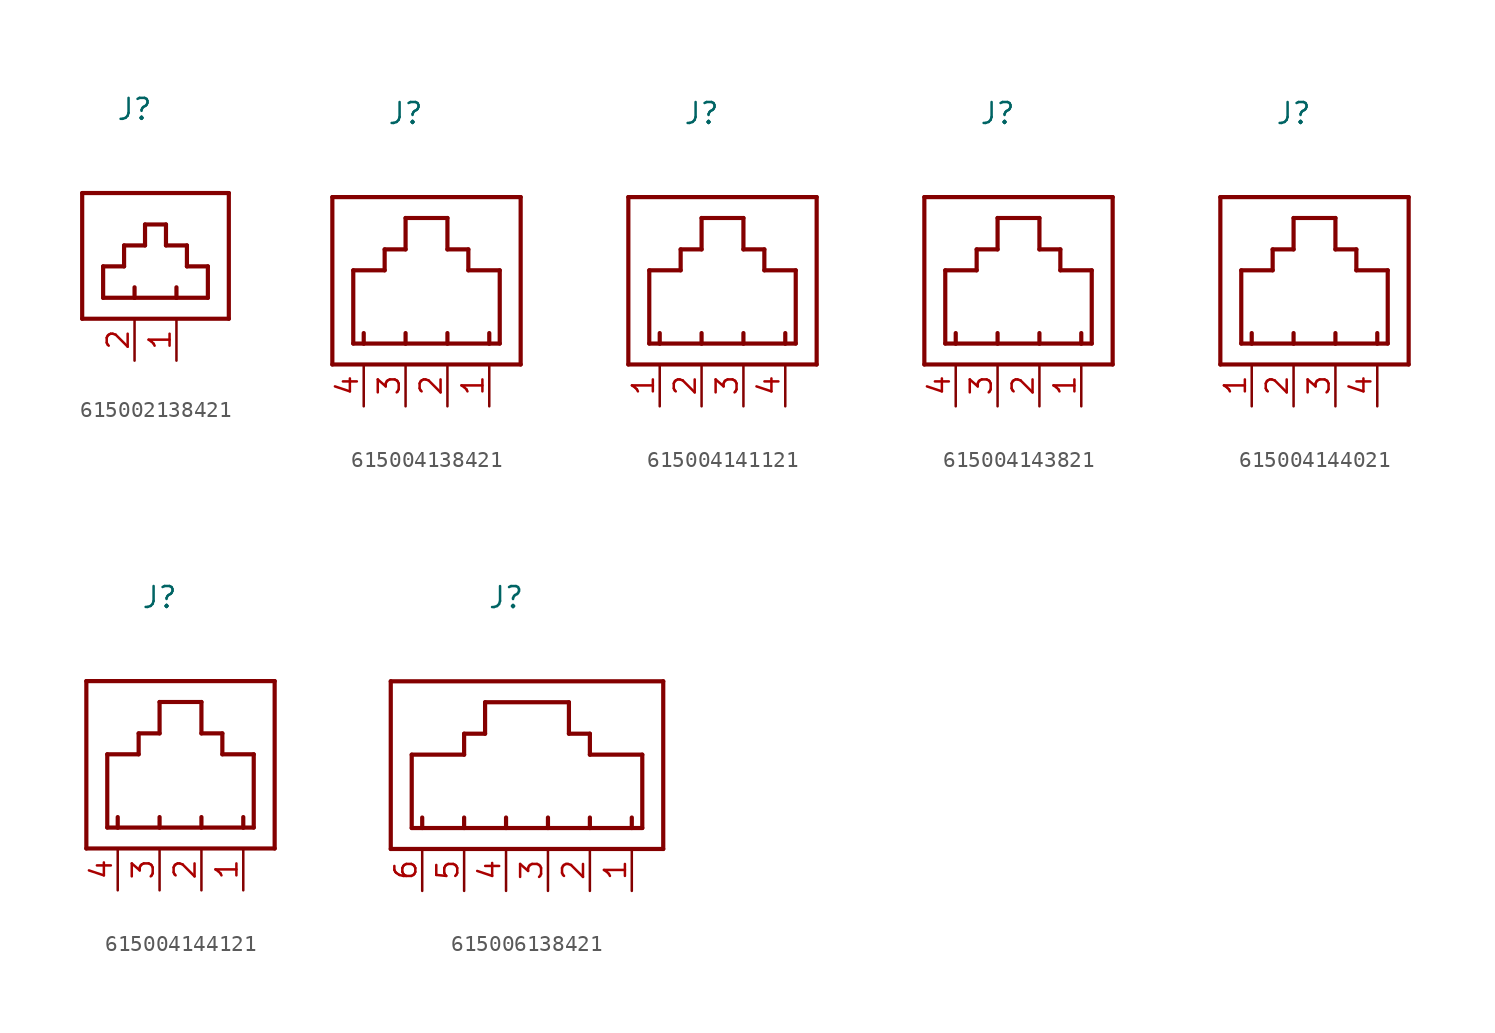
<source format=kicad_sym>
(kicad_symbol_lib
  (version 20241209)
  (generator "kicad_symbol_editor")
  (generator_version "9.0")
  (symbol "615002138421"
    (pin_names
      (hide yes))
    (property "Reference" "J"
      (at 0 10.16 0)
      (effects (font (size 1.27 1.27))))
    (symbol "615002138421_1_0"
      (polyline (pts (xy -3.175 5.08) (xy 5.715 5.08)) (stroke (width 0.254) (type solid)) (fill (type none)))
      (polyline (pts (xy -3.175 -2.54) (xy -3.175 5.08)) (stroke (width 0.254) (type solid)) (fill (type none)))
      (polyline (pts (xy -1.905 0.635) (xy -0.635 0.635)) (stroke (width 0.254) (type solid)) (fill (type none)))
      (polyline (pts (xy -1.905 -1.27) (xy -1.905 0.635)) (stroke (width 0.254) (type solid)) (fill (type none)))
      (polyline (pts (xy -0.635 1.905) (xy 0.635 1.905)) (stroke (width 0.254) (type solid)) (fill (type none)))
      (polyline (pts (xy -0.635 0.635) (xy -0.635 1.905)) (stroke (width 0.254) (type solid)) (fill (type none)))
      (polyline (pts (xy 0 -1.27) (xy -1.905 -1.27)) (stroke (width 0.254) (type solid)) (fill (type none)))
      (polyline (pts (xy 0 -1.27) (xy 0 -0.635)) (stroke (width 0.254) (type solid)) (fill (type none)))
      (polyline (pts (xy 0 -1.27) (xy 2.54 -1.27)) (stroke (width 0.254) (type solid)) (fill (type none)))
      (polyline (pts (xy 0.635 3.175) (xy 1.905 3.175)) (stroke (width 0.254) (type solid)) (fill (type none)))
      (polyline (pts (xy 0.635 1.905) (xy 0.635 3.175)) (stroke (width 0.254) (type solid)) (fill (type none)))
      (polyline (pts (xy 1.905 1.905) (xy 1.905 3.175)) (stroke (width 0.254) (type solid)) (fill (type none)))
      (polyline (pts (xy 2.54 -1.27) (xy 2.54 -0.635)) (stroke (width 0.254) (type solid)) (fill (type none)))
      (polyline (pts (xy 3.175 1.905) (xy 1.905 1.905)) (stroke (width 0.254) (type solid)) (fill (type none)))
      (polyline (pts (xy 3.175 0.635) (xy 3.175 1.905)) (stroke (width 0.254) (type solid)) (fill (type none)))
      (polyline (pts (xy 4.445 0.635) (xy 3.175 0.635)) (stroke (width 0.254) (type solid)) (fill (type none)))
      (polyline (pts (xy 4.445 0.635) (xy 4.445 -1.27)) (stroke (width 0.254) (type solid)) (fill (type none)))
      (polyline (pts (xy 4.445 -1.27) (xy 2.54 -1.27)) (stroke (width 0.254) (type solid)) (fill (type none)))
      (polyline (pts (xy 5.715 5.08) (xy 5.715 -2.54)) (stroke (width 0.254) (type solid)) (fill (type none)))
      (polyline (pts (xy 5.715 -2.54) (xy -3.175 -2.54)) (stroke (width 0.254) (type solid)) (fill (type none)))
      (pin passive line (at 0 -5.08 90) (length 2.54) (name "2" (effects (font (size 1.27 1.27)))) (number "2" (effects (font (size 1.27 1.27)))))
      (pin passive line (at 2.54 -5.08 90) (length 2.54) (name "1" (effects (font (size 1.27 1.27)))) (number "1" (effects (font (size 1.27 1.27)))))))
  (symbol "615004138421"
    (pin_names
      (hide yes))
    (property "Reference" "J"
      (at 0 10.16 0)
      (effects (font (size 1.27 1.27))))
    (symbol "615004138421_1_0"
      (polyline (pts (xy -4.445 5.08) (xy 6.985 5.08)) (stroke (width 0.254) (type solid)) (fill (type none)))
      (polyline (pts (xy -4.445 -5.08) (xy -4.445 5.08)) (stroke (width 0.254) (type solid)) (fill (type none)))
      (polyline (pts (xy -3.175 0.635) (xy -1.27 0.635)) (stroke (width 0.254) (type solid)) (fill (type none)))
      (polyline (pts (xy -3.175 -3.81) (xy -3.175 0.635)) (stroke (width 0.254) (type solid)) (fill (type none)))
      (polyline (pts (xy -2.54 -3.81) (xy -3.175 -3.81)) (stroke (width 0.254) (type solid)) (fill (type none)))
      (polyline (pts (xy -2.54 -3.81) (xy -2.54 -3.175)) (stroke (width 0.254) (type solid)) (fill (type none)))
      (polyline (pts (xy -1.27 1.905) (xy 0 1.905)) (stroke (width 0.254) (type solid)) (fill (type none)))
      (polyline (pts (xy -1.27 0.635) (xy -1.27 1.905)) (stroke (width 0.254) (type solid)) (fill (type none)))
      (polyline (pts (xy 0 3.81) (xy 2.54 3.81)) (stroke (width 0.254) (type solid)) (fill (type none)))
      (polyline (pts (xy 0 1.905) (xy 0 3.81)) (stroke (width 0.254) (type solid)) (fill (type none)))
      (polyline (pts (xy 0 -3.81) (xy -2.54 -3.81)) (stroke (width 0.254) (type solid)) (fill (type none)))
      (polyline (pts (xy 0 -3.81) (xy 0 -3.175)) (stroke (width 0.254) (type solid)) (fill (type none)))
      (polyline (pts (xy 2.54 1.905) (xy 2.54 3.81)) (stroke (width 0.254) (type solid)) (fill (type none)))
      (polyline (pts (xy 2.54 -3.81) (xy 0 -3.81)) (stroke (width 0.254) (type solid)) (fill (type none)))
      (polyline (pts (xy 2.54 -3.81) (xy 2.54 -3.175)) (stroke (width 0.254) (type solid)) (fill (type none)))
      (polyline (pts (xy 3.81 1.905) (xy 2.54 1.905)) (stroke (width 0.254) (type solid)) (fill (type none)))
      (polyline (pts (xy 3.81 0.635) (xy 3.81 1.905)) (stroke (width 0.254) (type solid)) (fill (type none)))
      (polyline (pts (xy 5.08 -3.81) (xy 2.54 -3.81)) (stroke (width 0.254) (type solid)) (fill (type none)))
      (polyline (pts (xy 5.08 -3.81) (xy 5.08 -3.175)) (stroke (width 0.254) (type solid)) (fill (type none)))
      (polyline (pts (xy 5.715 0.635) (xy 3.81 0.635)) (stroke (width 0.254) (type solid)) (fill (type none)))
      (polyline (pts (xy 5.715 0.635) (xy 5.715 -3.81)) (stroke (width 0.254) (type solid)) (fill (type none)))
      (polyline (pts (xy 5.715 -3.81) (xy 5.08 -3.81)) (stroke (width 0.254) (type solid)) (fill (type none)))
      (polyline (pts (xy 6.985 5.08) (xy 6.985 -5.08)) (stroke (width 0.254) (type solid)) (fill (type none)))
      (polyline (pts (xy 6.985 -5.08) (xy -4.445 -5.08)) (stroke (width 0.254) (type solid)) (fill (type none)))
      (pin passive line (at -2.54 -7.62 90) (length 2.54) (name "4" (effects (font (size 1.27 1.27)))) (number "4" (effects (font (size 1.27 1.27)))))
      (pin passive line (at 0 -7.62 90) (length 2.54) (name "3" (effects (font (size 1.27 1.27)))) (number "3" (effects (font (size 1.27 1.27)))))
      (pin passive line (at 2.54 -7.62 90) (length 2.54) (name "2" (effects (font (size 1.27 1.27)))) (number "2" (effects (font (size 1.27 1.27)))))
      (pin passive line (at 5.08 -7.62 90) (length 2.54) (name "1" (effects (font (size 1.27 1.27)))) (number "1" (effects (font (size 1.27 1.27)))))))
  (symbol "615004141121"
    (pin_names
      (hide yes))
    (property "Reference" "J"
      (at 0 10.16 0)
      (effects (font (size 1.27 1.27))))
    (symbol "615004141121_1_0"
      (polyline (pts (xy -4.445 5.08) (xy 6.985 5.08)) (stroke (width 0.254) (type solid)) (fill (type none)))
      (polyline (pts (xy -4.445 -5.08) (xy -4.445 5.08)) (stroke (width 0.254) (type solid)) (fill (type none)))
      (polyline (pts (xy -3.175 0.635) (xy -1.27 0.635)) (stroke (width 0.254) (type solid)) (fill (type none)))
      (polyline (pts (xy -3.175 -3.81) (xy -3.175 0.635)) (stroke (width 0.254) (type solid)) (fill (type none)))
      (polyline (pts (xy -2.54 -3.81) (xy -3.175 -3.81)) (stroke (width 0.254) (type solid)) (fill (type none)))
      (polyline (pts (xy -2.54 -3.81) (xy -2.54 -3.175)) (stroke (width 0.254) (type solid)) (fill (type none)))
      (polyline (pts (xy -1.27 1.905) (xy 0 1.905)) (stroke (width 0.254) (type solid)) (fill (type none)))
      (polyline (pts (xy -1.27 0.635) (xy -1.27 1.905)) (stroke (width 0.254) (type solid)) (fill (type none)))
      (polyline (pts (xy 0 3.81) (xy 2.54 3.81)) (stroke (width 0.254) (type solid)) (fill (type none)))
      (polyline (pts (xy 0 1.905) (xy 0 3.81)) (stroke (width 0.254) (type solid)) (fill (type none)))
      (polyline (pts (xy 0 -3.81) (xy -2.54 -3.81)) (stroke (width 0.254) (type solid)) (fill (type none)))
      (polyline (pts (xy 0 -3.81) (xy 0 -3.175)) (stroke (width 0.254) (type solid)) (fill (type none)))
      (polyline (pts (xy 2.54 1.905) (xy 2.54 3.81)) (stroke (width 0.254) (type solid)) (fill (type none)))
      (polyline (pts (xy 2.54 -3.81) (xy 0 -3.81)) (stroke (width 0.254) (type solid)) (fill (type none)))
      (polyline (pts (xy 2.54 -3.81) (xy 2.54 -3.175)) (stroke (width 0.254) (type solid)) (fill (type none)))
      (polyline (pts (xy 3.81 1.905) (xy 2.54 1.905)) (stroke (width 0.254) (type solid)) (fill (type none)))
      (polyline (pts (xy 3.81 0.635) (xy 3.81 1.905)) (stroke (width 0.254) (type solid)) (fill (type none)))
      (polyline (pts (xy 5.08 -3.81) (xy 2.54 -3.81)) (stroke (width 0.254) (type solid)) (fill (type none)))
      (polyline (pts (xy 5.08 -3.81) (xy 5.08 -3.175)) (stroke (width 0.254) (type solid)) (fill (type none)))
      (polyline (pts (xy 5.715 0.635) (xy 3.81 0.635)) (stroke (width 0.254) (type solid)) (fill (type none)))
      (polyline (pts (xy 5.715 0.635) (xy 5.715 -3.81)) (stroke (width 0.254) (type solid)) (fill (type none)))
      (polyline (pts (xy 5.715 -3.81) (xy 5.08 -3.81)) (stroke (width 0.254) (type solid)) (fill (type none)))
      (polyline (pts (xy 6.985 5.08) (xy 6.985 -5.08)) (stroke (width 0.254) (type solid)) (fill (type none)))
      (polyline (pts (xy 6.985 -5.08) (xy -4.445 -5.08)) (stroke (width 0.254) (type solid)) (fill (type none)))
      (pin passive line (at -2.54 -7.62 90) (length 2.54) (name "1" (effects (font (size 1.27 1.27)))) (number "1" (effects (font (size 1.27 1.27)))))
      (pin passive line (at 0 -7.62 90) (length 2.54) (name "2" (effects (font (size 1.27 1.27)))) (number "2" (effects (font (size 1.27 1.27)))))
      (pin passive line (at 2.54 -7.62 90) (length 2.54) (name "3" (effects (font (size 1.27 1.27)))) (number "3" (effects (font (size 1.27 1.27)))))
      (pin passive line (at 5.08 -7.62 90) (length 2.54) (name "4" (effects (font (size 1.27 1.27)))) (number "4" (effects (font (size 1.27 1.27)))))))
  (symbol "615004143821"
    (pin_names
      (hide yes))
    (property "Reference" "J"
      (at 0 10.16 0)
      (effects (font (size 1.27 1.27))))
    (symbol "615004143821_1_0"
      (polyline (pts (xy -4.445 5.08) (xy 6.985 5.08)) (stroke (width 0.254) (type solid)) (fill (type none)))
      (polyline (pts (xy -4.445 -5.08) (xy -4.445 5.08)) (stroke (width 0.254) (type solid)) (fill (type none)))
      (polyline (pts (xy -3.175 0.635) (xy -1.27 0.635)) (stroke (width 0.254) (type solid)) (fill (type none)))
      (polyline (pts (xy -3.175 -3.81) (xy -3.175 0.635)) (stroke (width 0.254) (type solid)) (fill (type none)))
      (polyline (pts (xy -2.54 -3.81) (xy -3.175 -3.81)) (stroke (width 0.254) (type solid)) (fill (type none)))
      (polyline (pts (xy -2.54 -3.81) (xy -2.54 -3.175)) (stroke (width 0.254) (type solid)) (fill (type none)))
      (polyline (pts (xy -1.27 1.905) (xy 0 1.905)) (stroke (width 0.254) (type solid)) (fill (type none)))
      (polyline (pts (xy -1.27 0.635) (xy -1.27 1.905)) (stroke (width 0.254) (type solid)) (fill (type none)))
      (polyline (pts (xy 0 3.81) (xy 2.54 3.81)) (stroke (width 0.254) (type solid)) (fill (type none)))
      (polyline (pts (xy 0 1.905) (xy 0 3.81)) (stroke (width 0.254) (type solid)) (fill (type none)))
      (polyline (pts (xy 0 -3.81) (xy -2.54 -3.81)) (stroke (width 0.254) (type solid)) (fill (type none)))
      (polyline (pts (xy 0 -3.81) (xy 0 -3.175)) (stroke (width 0.254) (type solid)) (fill (type none)))
      (polyline (pts (xy 2.54 1.905) (xy 2.54 3.81)) (stroke (width 0.254) (type solid)) (fill (type none)))
      (polyline (pts (xy 2.54 -3.81) (xy 0 -3.81)) (stroke (width 0.254) (type solid)) (fill (type none)))
      (polyline (pts (xy 2.54 -3.81) (xy 2.54 -3.175)) (stroke (width 0.254) (type solid)) (fill (type none)))
      (polyline (pts (xy 3.81 1.905) (xy 2.54 1.905)) (stroke (width 0.254) (type solid)) (fill (type none)))
      (polyline (pts (xy 3.81 0.635) (xy 3.81 1.905)) (stroke (width 0.254) (type solid)) (fill (type none)))
      (polyline (pts (xy 5.08 -3.81) (xy 2.54 -3.81)) (stroke (width 0.254) (type solid)) (fill (type none)))
      (polyline (pts (xy 5.08 -3.81) (xy 5.08 -3.175)) (stroke (width 0.254) (type solid)) (fill (type none)))
      (polyline (pts (xy 5.715 0.635) (xy 3.81 0.635)) (stroke (width 0.254) (type solid)) (fill (type none)))
      (polyline (pts (xy 5.715 0.635) (xy 5.715 -3.81)) (stroke (width 0.254) (type solid)) (fill (type none)))
      (polyline (pts (xy 5.715 -3.81) (xy 5.08 -3.81)) (stroke (width 0.254) (type solid)) (fill (type none)))
      (polyline (pts (xy 6.985 5.08) (xy 6.985 -5.08)) (stroke (width 0.254) (type solid)) (fill (type none)))
      (polyline (pts (xy 6.985 -5.08) (xy -4.445 -5.08)) (stroke (width 0.254) (type solid)) (fill (type none)))
      (pin passive line (at -2.54 -7.62 90) (length 2.54) (name "4" (effects (font (size 1.27 1.27)))) (number "4" (effects (font (size 1.27 1.27)))))
      (pin passive line (at 0 -7.62 90) (length 2.54) (name "3" (effects (font (size 1.27 1.27)))) (number "3" (effects (font (size 1.27 1.27)))))
      (pin passive line (at 2.54 -7.62 90) (length 2.54) (name "2" (effects (font (size 1.27 1.27)))) (number "2" (effects (font (size 1.27 1.27)))))
      (pin passive line (at 5.08 -7.62 90) (length 2.54) (name "1" (effects (font (size 1.27 1.27)))) (number "1" (effects (font (size 1.27 1.27)))))))
  (symbol "615004144021"
    (pin_names
      (hide yes))
    (property "Reference" "J"
      (at 0 10.16 0)
      (effects (font (size 1.27 1.27))))
    (symbol "615004144021_1_0"
      (polyline (pts (xy -4.445 5.08) (xy 6.985 5.08)) (stroke (width 0.254) (type solid)) (fill (type none)))
      (polyline (pts (xy -4.445 -5.08) (xy -4.445 5.08)) (stroke (width 0.254) (type solid)) (fill (type none)))
      (polyline (pts (xy -3.175 0.635) (xy -1.27 0.635)) (stroke (width 0.254) (type solid)) (fill (type none)))
      (polyline (pts (xy -3.175 -3.81) (xy -3.175 0.635)) (stroke (width 0.254) (type solid)) (fill (type none)))
      (polyline (pts (xy -2.54 -3.81) (xy -3.175 -3.81)) (stroke (width 0.254) (type solid)) (fill (type none)))
      (polyline (pts (xy -2.54 -3.81) (xy -2.54 -3.175)) (stroke (width 0.254) (type solid)) (fill (type none)))
      (polyline (pts (xy -1.27 1.905) (xy 0 1.905)) (stroke (width 0.254) (type solid)) (fill (type none)))
      (polyline (pts (xy -1.27 0.635) (xy -1.27 1.905)) (stroke (width 0.254) (type solid)) (fill (type none)))
      (polyline (pts (xy 0 3.81) (xy 2.54 3.81)) (stroke (width 0.254) (type solid)) (fill (type none)))
      (polyline (pts (xy 0 1.905) (xy 0 3.81)) (stroke (width 0.254) (type solid)) (fill (type none)))
      (polyline (pts (xy 0 -3.81) (xy -2.54 -3.81)) (stroke (width 0.254) (type solid)) (fill (type none)))
      (polyline (pts (xy 0 -3.81) (xy 0 -3.175)) (stroke (width 0.254) (type solid)) (fill (type none)))
      (polyline (pts (xy 2.54 1.905) (xy 2.54 3.81)) (stroke (width 0.254) (type solid)) (fill (type none)))
      (polyline (pts (xy 2.54 -3.81) (xy 0 -3.81)) (stroke (width 0.254) (type solid)) (fill (type none)))
      (polyline (pts (xy 2.54 -3.81) (xy 2.54 -3.175)) (stroke (width 0.254) (type solid)) (fill (type none)))
      (polyline (pts (xy 3.81 1.905) (xy 2.54 1.905)) (stroke (width 0.254) (type solid)) (fill (type none)))
      (polyline (pts (xy 3.81 0.635) (xy 3.81 1.905)) (stroke (width 0.254) (type solid)) (fill (type none)))
      (polyline (pts (xy 5.08 -3.81) (xy 2.54 -3.81)) (stroke (width 0.254) (type solid)) (fill (type none)))
      (polyline (pts (xy 5.08 -3.81) (xy 5.08 -3.175)) (stroke (width 0.254) (type solid)) (fill (type none)))
      (polyline (pts (xy 5.715 0.635) (xy 3.81 0.635)) (stroke (width 0.254) (type solid)) (fill (type none)))
      (polyline (pts (xy 5.715 0.635) (xy 5.715 -3.81)) (stroke (width 0.254) (type solid)) (fill (type none)))
      (polyline (pts (xy 5.715 -3.81) (xy 5.08 -3.81)) (stroke (width 0.254) (type solid)) (fill (type none)))
      (polyline (pts (xy 6.985 5.08) (xy 6.985 -5.08)) (stroke (width 0.254) (type solid)) (fill (type none)))
      (polyline (pts (xy 6.985 -5.08) (xy -4.445 -5.08)) (stroke (width 0.254) (type solid)) (fill (type none)))
      (pin passive line (at -2.54 -7.62 90) (length 2.54) (name "1" (effects (font (size 1.27 1.27)))) (number "1" (effects (font (size 1.27 1.27)))))
      (pin passive line (at 0 -7.62 90) (length 2.54) (name "2" (effects (font (size 1.27 1.27)))) (number "2" (effects (font (size 1.27 1.27)))))
      (pin passive line (at 2.54 -7.62 90) (length 2.54) (name "3" (effects (font (size 1.27 1.27)))) (number "3" (effects (font (size 1.27 1.27)))))
      (pin passive line (at 5.08 -7.62 90) (length 2.54) (name "4" (effects (font (size 1.27 1.27)))) (number "4" (effects (font (size 1.27 1.27)))))))
  (symbol "615004144121"
    (pin_names
      (hide yes))
    (property "Reference" "J"
      (at 0 10.16 0)
      (effects (font (size 1.27 1.27))))
    (symbol "615004144121_1_0"
      (polyline (pts (xy -4.445 5.08) (xy 6.985 5.08)) (stroke (width 0.254) (type solid)) (fill (type none)))
      (polyline (pts (xy -4.445 -5.08) (xy -4.445 5.08)) (stroke (width 0.254) (type solid)) (fill (type none)))
      (polyline (pts (xy -3.175 0.635) (xy -1.27 0.635)) (stroke (width 0.254) (type solid)) (fill (type none)))
      (polyline (pts (xy -3.175 -3.81) (xy -3.175 0.635)) (stroke (width 0.254) (type solid)) (fill (type none)))
      (polyline (pts (xy -2.54 -3.81) (xy -3.175 -3.81)) (stroke (width 0.254) (type solid)) (fill (type none)))
      (polyline (pts (xy -2.54 -3.81) (xy -2.54 -3.175)) (stroke (width 0.254) (type solid)) (fill (type none)))
      (polyline (pts (xy -1.27 1.905) (xy 0 1.905)) (stroke (width 0.254) (type solid)) (fill (type none)))
      (polyline (pts (xy -1.27 0.635) (xy -1.27 1.905)) (stroke (width 0.254) (type solid)) (fill (type none)))
      (polyline (pts (xy 0 3.81) (xy 2.54 3.81)) (stroke (width 0.254) (type solid)) (fill (type none)))
      (polyline (pts (xy 0 1.905) (xy 0 3.81)) (stroke (width 0.254) (type solid)) (fill (type none)))
      (polyline (pts (xy 0 -3.81) (xy -2.54 -3.81)) (stroke (width 0.254) (type solid)) (fill (type none)))
      (polyline (pts (xy 0 -3.81) (xy 0 -3.175)) (stroke (width 0.254) (type solid)) (fill (type none)))
      (polyline (pts (xy 2.54 1.905) (xy 2.54 3.81)) (stroke (width 0.254) (type solid)) (fill (type none)))
      (polyline (pts (xy 2.54 -3.81) (xy 0 -3.81)) (stroke (width 0.254) (type solid)) (fill (type none)))
      (polyline (pts (xy 2.54 -3.81) (xy 2.54 -3.175)) (stroke (width 0.254) (type solid)) (fill (type none)))
      (polyline (pts (xy 3.81 1.905) (xy 2.54 1.905)) (stroke (width 0.254) (type solid)) (fill (type none)))
      (polyline (pts (xy 3.81 0.635) (xy 3.81 1.905)) (stroke (width 0.254) (type solid)) (fill (type none)))
      (polyline (pts (xy 5.08 -3.81) (xy 2.54 -3.81)) (stroke (width 0.254) (type solid)) (fill (type none)))
      (polyline (pts (xy 5.08 -3.81) (xy 5.08 -3.175)) (stroke (width 0.254) (type solid)) (fill (type none)))
      (polyline (pts (xy 5.715 0.635) (xy 3.81 0.635)) (stroke (width 0.254) (type solid)) (fill (type none)))
      (polyline (pts (xy 5.715 0.635) (xy 5.715 -3.81)) (stroke (width 0.254) (type solid)) (fill (type none)))
      (polyline (pts (xy 5.715 -3.81) (xy 5.08 -3.81)) (stroke (width 0.254) (type solid)) (fill (type none)))
      (polyline (pts (xy 6.985 5.08) (xy 6.985 -5.08)) (stroke (width 0.254) (type solid)) (fill (type none)))
      (polyline (pts (xy 6.985 -5.08) (xy -4.445 -5.08)) (stroke (width 0.254) (type solid)) (fill (type none)))
      (pin passive line (at -2.54 -7.62 90) (length 2.54) (name "4" (effects (font (size 1.27 1.27)))) (number "4" (effects (font (size 1.27 1.27)))))
      (pin passive line (at 0 -7.62 90) (length 2.54) (name "3" (effects (font (size 1.27 1.27)))) (number "3" (effects (font (size 1.27 1.27)))))
      (pin passive line (at 2.54 -7.62 90) (length 2.54) (name "2" (effects (font (size 1.27 1.27)))) (number "2" (effects (font (size 1.27 1.27)))))
      (pin passive line (at 5.08 -7.62 90) (length 2.54) (name "1" (effects (font (size 1.27 1.27)))) (number "1" (effects (font (size 1.27 1.27)))))))
  (symbol "615006138421"
    (pin_names
      (hide yes))
    (property "Reference" "J"
      (at 0 10.16 0)
      (effects (font (size 1.27 1.27))))
    (symbol "615006138421_1_0"
      (polyline (pts (xy -6.985 5.08) (xy 9.525 5.08)) (stroke (width 0.254) (type solid)) (fill (type none)))
      (polyline (pts (xy -6.985 -5.08) (xy -6.985 5.08)) (stroke (width 0.254) (type solid)) (fill (type none)))
      (polyline (pts (xy -5.715 0.635) (xy -2.54 0.635)) (stroke (width 0.254) (type solid)) (fill (type none)))
      (polyline (pts (xy -5.715 -3.81) (xy -5.715 0.635)) (stroke (width 0.254) (type solid)) (fill (type none)))
      (polyline (pts (xy -5.08 -3.81) (xy -5.715 -3.81)) (stroke (width 0.254) (type solid)) (fill (type none)))
      (polyline (pts (xy -5.08 -3.81) (xy -5.08 -3.175)) (stroke (width 0.254) (type solid)) (fill (type none)))
      (polyline (pts (xy -2.54 1.905) (xy -1.27 1.905)) (stroke (width 0.254) (type solid)) (fill (type none)))
      (polyline (pts (xy -2.54 0.635) (xy -2.54 1.905)) (stroke (width 0.254) (type solid)) (fill (type none)))
      (polyline (pts (xy -2.54 -3.81) (xy -5.08 -3.81)) (stroke (width 0.254) (type solid)) (fill (type none)))
      (polyline (pts (xy -2.54 -3.81) (xy -2.54 -3.175)) (stroke (width 0.254) (type solid)) (fill (type none)))
      (polyline (pts (xy -1.27 3.81) (xy 3.81 3.81)) (stroke (width 0.254) (type solid)) (fill (type none)))
      (polyline (pts (xy -1.27 1.905) (xy -1.27 3.81)) (stroke (width 0.254) (type solid)) (fill (type none)))
      (polyline (pts (xy 0 -3.81) (xy -2.54 -3.81)) (stroke (width 0.254) (type solid)) (fill (type none)))
      (polyline (pts (xy 0 -3.81) (xy 0 -3.175)) (stroke (width 0.254) (type solid)) (fill (type none)))
      (polyline (pts (xy 2.54 -3.81) (xy 0 -3.81)) (stroke (width 0.254) (type solid)) (fill (type none)))
      (polyline (pts (xy 2.54 -3.81) (xy 2.54 -3.175)) (stroke (width 0.254) (type solid)) (fill (type none)))
      (polyline (pts (xy 3.81 1.905) (xy 3.81 3.81)) (stroke (width 0.254) (type solid)) (fill (type none)))
      (polyline (pts (xy 5.08 1.905) (xy 3.81 1.905)) (stroke (width 0.254) (type solid)) (fill (type none)))
      (polyline (pts (xy 5.08 0.635) (xy 5.08 1.905)) (stroke (width 0.254) (type solid)) (fill (type none)))
      (polyline (pts (xy 5.08 -3.81) (xy 2.54 -3.81)) (stroke (width 0.254) (type solid)) (fill (type none)))
      (polyline (pts (xy 5.08 -3.81) (xy 5.08 -3.175)) (stroke (width 0.254) (type solid)) (fill (type none)))
      (polyline (pts (xy 7.62 -3.81) (xy 5.08 -3.81)) (stroke (width 0.254) (type solid)) (fill (type none)))
      (polyline (pts (xy 7.62 -3.81) (xy 7.62 -3.175)) (stroke (width 0.254) (type solid)) (fill (type none)))
      (polyline (pts (xy 8.255 0.635) (xy 5.08 0.635)) (stroke (width 0.254) (type solid)) (fill (type none)))
      (polyline (pts (xy 8.255 0.635) (xy 8.255 -3.81)) (stroke (width 0.254) (type solid)) (fill (type none)))
      (polyline (pts (xy 8.255 -3.81) (xy 7.62 -3.81)) (stroke (width 0.254) (type solid)) (fill (type none)))
      (polyline (pts (xy 9.525 5.08) (xy 9.525 -5.08)) (stroke (width 0.254) (type solid)) (fill (type none)))
      (polyline (pts (xy 9.525 -5.08) (xy -6.985 -5.08)) (stroke (width 0.254) (type solid)) (fill (type none)))
      (pin passive line (at -5.08 -7.62 90) (length 2.54) (name "6" (effects (font (size 1.27 1.27)))) (number "6" (effects (font (size 1.27 1.27)))))
      (pin passive line (at -2.54 -7.62 90) (length 2.54) (name "5" (effects (font (size 1.27 1.27)))) (number "5" (effects (font (size 1.27 1.27)))))
      (pin passive line (at 0 -7.62 90) (length 2.54) (name "4" (effects (font (size 1.27 1.27)))) (number "4" (effects (font (size 1.27 1.27)))))
      (pin passive line (at 2.54 -7.62 90) (length 2.54) (name "3" (effects (font (size 1.27 1.27)))) (number "3" (effects (font (size 1.27 1.27)))))
      (pin passive line (at 5.08 -7.62 90) (length 2.54) (name "2" (effects (font (size 1.27 1.27)))) (number "2" (effects (font (size 1.27 1.27)))))
      (pin passive line (at 7.62 -7.62 90) (length 2.54) (name "1" (effects (font (size 1.27 1.27)))) (number "1" (effects (font (size 1.27 1.27))))))))
</source>
